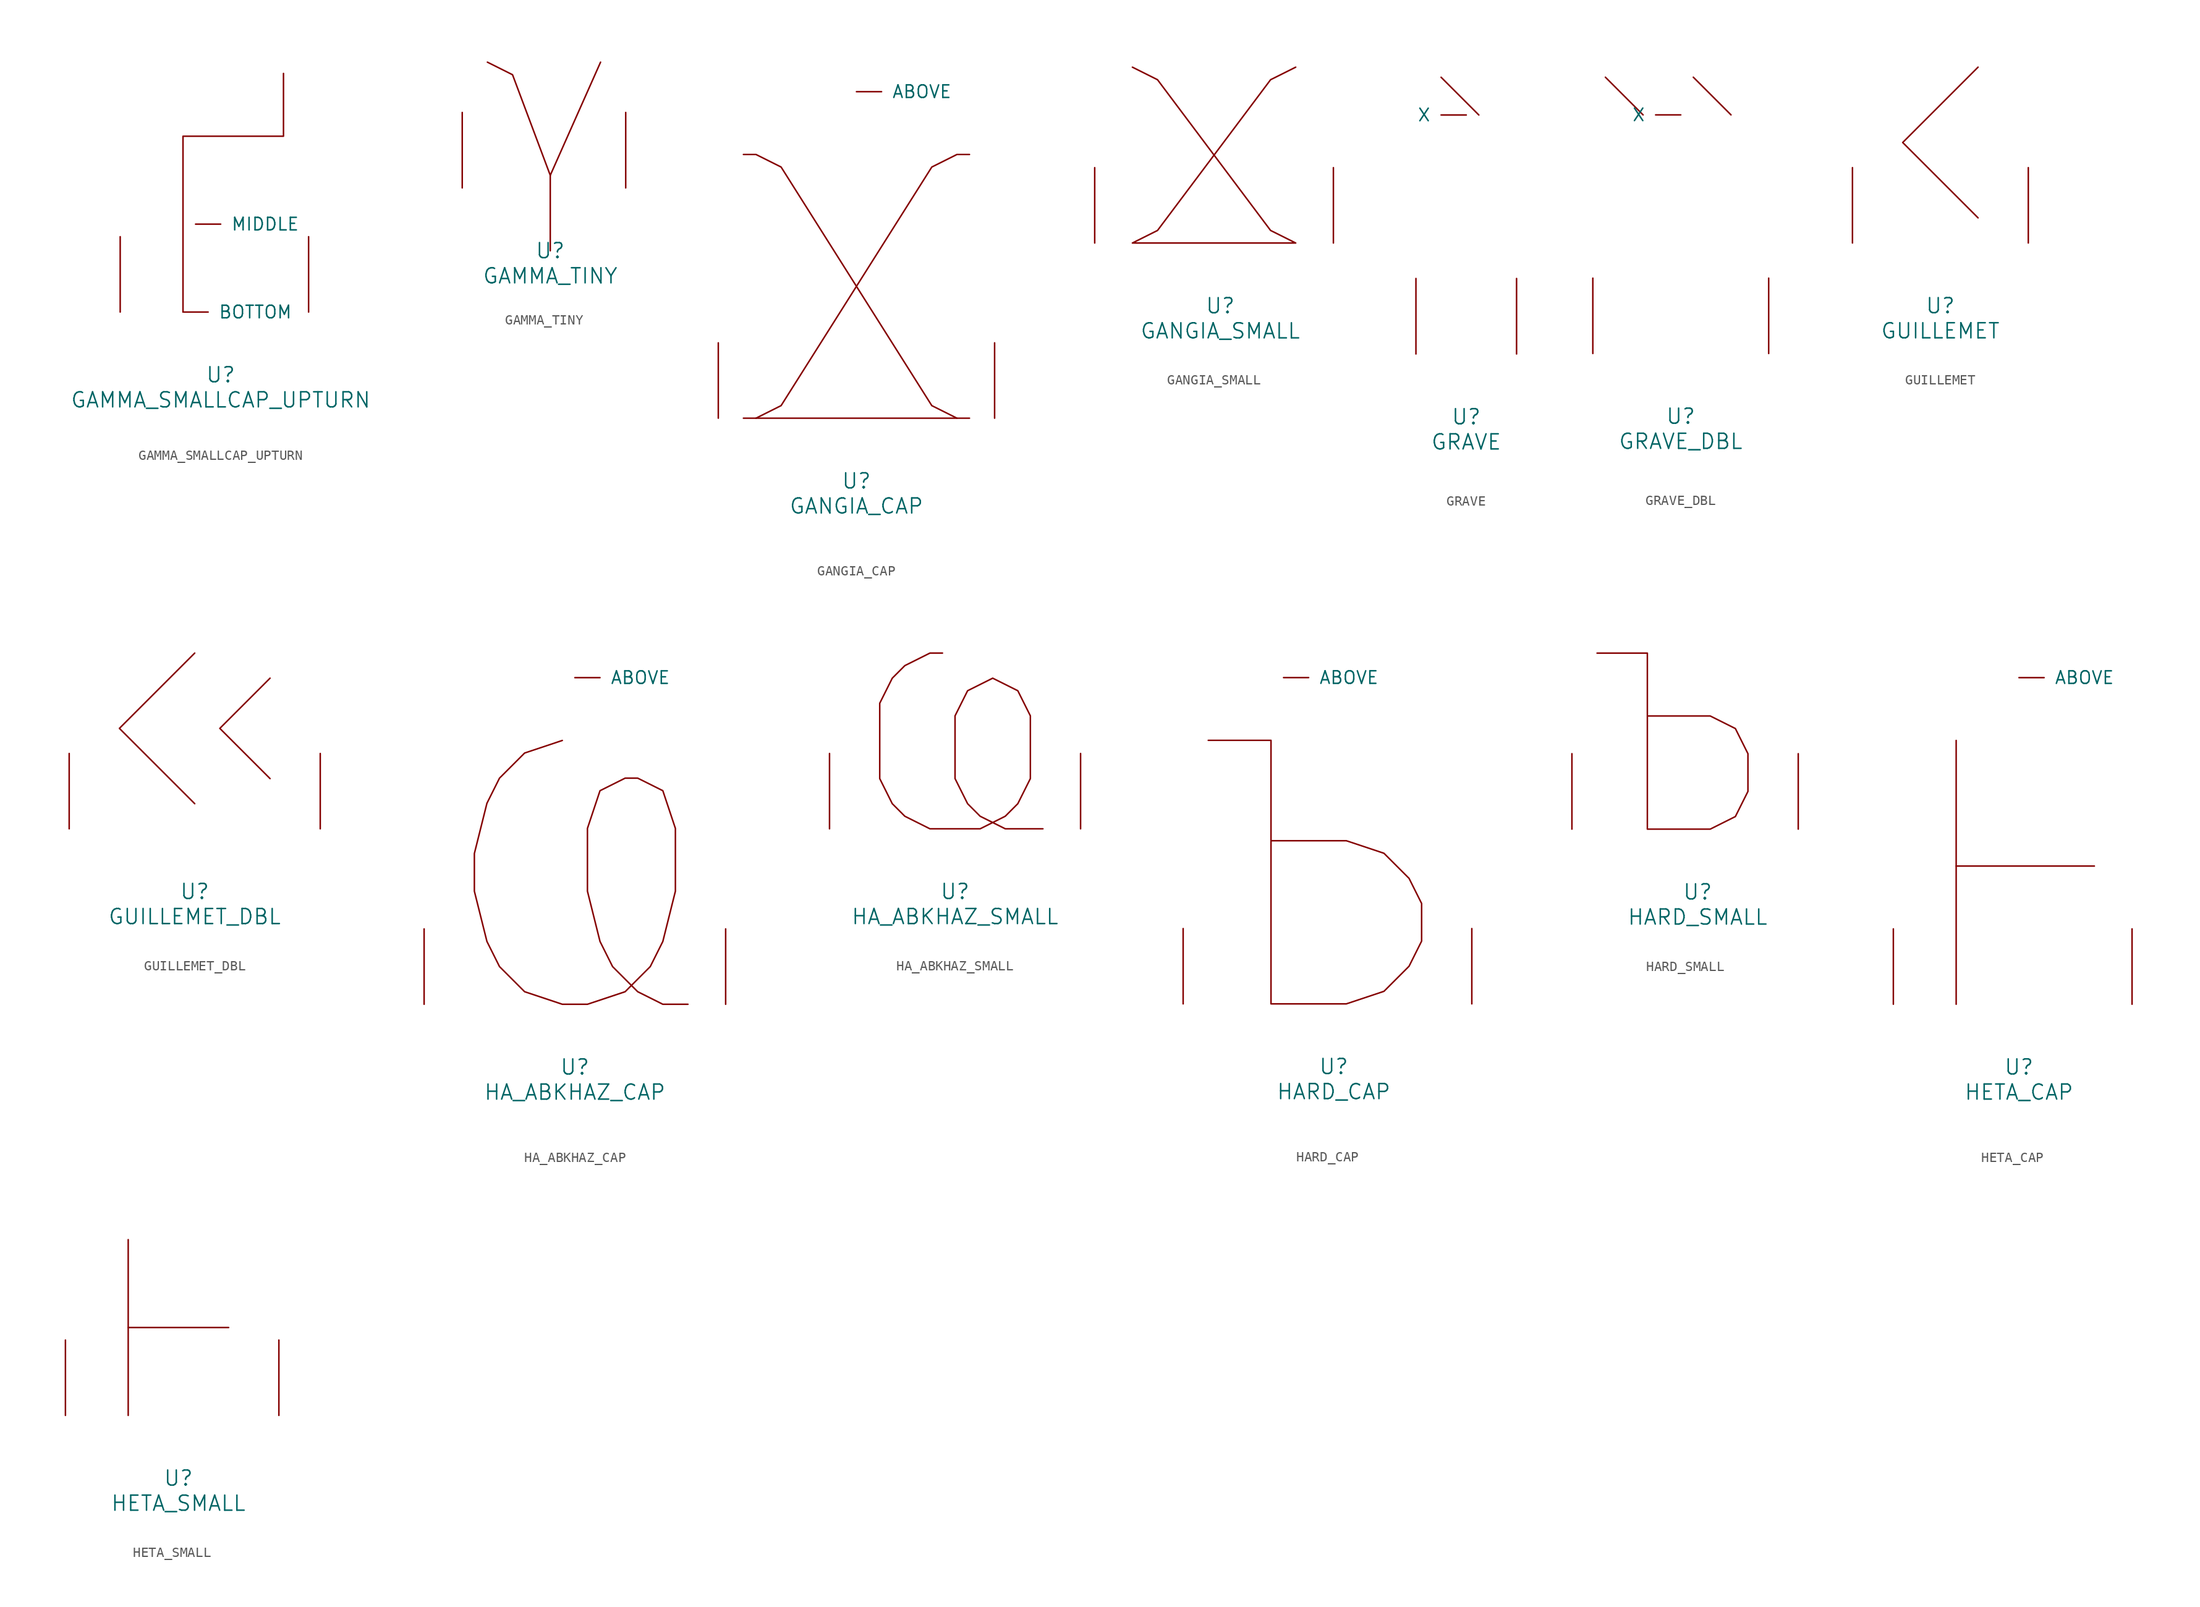
<source format=kicad_sym>
(kicad_symbol_lib
  (version 20220914)
  (generator font_lib2sym)
  (symbol "GAMMA_SMALLCAP_UPTURN"
    (pin_names
      (offset 1.016))
    (property "Reference" "U"
      (at 0 -6.35 0)
      (effects (font (size 1.524 1.524))))
    (property "Value" "GAMMA_SMALLCAP_UPTURN"
      (at 0 -8.89 0)
      (effects (font (size 1.524 1.524))))
    (symbol "GAMMA_SMALLCAP_UPTURN_0_1"
      (polyline (pts (xy -3.81 0) (xy -3.81 17.78) (xy 6.35 17.78) (xy 6.35 24.13)) (stroke (width 0) (type solid)) (fill (type none)))
      (pin input line (at -3.81 0 0) (length 2.54) (name "BOTTOM" (effects (font (size 1.27 1.27)))) (number "~" (effects (font (size 1.27 1.27)))))
      (pin input line (at -2.54 8.89 0) (length 2.54) (name "MIDDLE" (effects (font (size 1.27 1.27)))) (number "~" (effects (font (size 1.27 1.27)))))
      (pin input line (at -10.16 0 90) (length 7.62) (name "~" (effects (font (size 1.27 1.27)))) (number "~" (effects (font (size 1.27 1.27)))))
      (pin input line (at 8.89 0 90) (length 7.62) (name "~" (effects (font (size 1.27 1.27)))) (number "~" (effects (font (size 1.27 1.27)))))))
  (symbol "GAMMA_TINY"
    (pin_names
      (offset 1.016))
    (property "Reference" "U"
      (at 0 -6.35 0)
      (effects (font (size 1.524 1.524))))
    (property "Value" "GAMMA_TINY"
      (at 0 -8.89 0)
      (effects (font (size 1.524 1.524))))
    (symbol "GAMMA_TINY_0_1"
      (polyline (pts (xy 0 1.27) (xy 0 -6.35)) (stroke (width 0) (type solid)) (fill (type none)))
      (polyline (pts (xy -6.35 12.7) (xy -3.81 11.43) (xy 0 1.27) (xy 5.08 12.7)) (stroke (width 0) (type solid)) (fill (type none)))
      (pin input line (at -8.89 0 90) (length 7.62) (name "~" (effects (font (size 1.27 1.27)))) (number "~" (effects (font (size 1.27 1.27)))))
      (pin input line (at 7.62 0 90) (length 7.62) (name "~" (effects (font (size 1.27 1.27)))) (number "~" (effects (font (size 1.27 1.27)))))))
  (symbol "GANGIA_CAP"
    (pin_names
      (offset 1.016))
    (property "Reference" "U"
      (at 0 -6.35 0)
      (effects (font (size 1.524 1.524))))
    (property "Value" "GANGIA_CAP"
      (at 0 -8.89 0)
      (effects (font (size 1.524 1.524))))
    (symbol "GANGIA_CAP_0_1"
      (polyline (pts (xy -11.43 0) (xy 11.43 0)) (stroke (width 0) (type solid)) (fill (type none)))
      (polyline (pts (xy -11.43 26.67) (xy -10.16 26.67) (xy -7.62 25.4) (xy 7.62 1.27) (xy 10.16 0)) (stroke (width 0) (type solid)) (fill (type none)))
      (polyline (pts (xy 11.43 26.67) (xy 10.16 26.67) (xy 7.62 25.4) (xy -7.62 1.27) (xy -10.16 0)) (stroke (width 0) (type solid)) (fill (type none)))
      (pin input line (at 0 33.02 0) (length 2.54) (name "ABOVE" (effects (font (size 1.27 1.27)))) (number "~" (effects (font (size 1.27 1.27)))))
      (pin input line (at -13.97 0 90) (length 7.62) (name "~" (effects (font (size 1.27 1.27)))) (number "~" (effects (font (size 1.27 1.27)))))
      (pin input line (at 13.97 0 90) (length 7.62) (name "~" (effects (font (size 1.27 1.27)))) (number "~" (effects (font (size 1.27 1.27)))))))
  (symbol "GANGIA_SMALL"
    (pin_names
      (offset 1.016))
    (property "Reference" "U"
      (at 0 -6.35 0)
      (effects (font (size 1.524 1.524))))
    (property "Value" "GANGIA_SMALL"
      (at 0 -8.89 0)
      (effects (font (size 1.524 1.524))))
    (symbol "GANGIA_SMALL_0_1"
      (polyline (pts (xy -8.89 17.78) (xy -6.35 16.51) (xy 5.08 1.27) (xy 7.62 0) (xy -8.89 0) (xy -6.35 1.27) (xy 5.08 16.51) (xy 7.62 17.78)) (stroke (width 0) (type solid)) (fill (type none)))
      (pin input line (at -12.7 0 90) (length 7.62) (name "~" (effects (font (size 1.27 1.27)))) (number "~" (effects (font (size 1.27 1.27)))))
      (pin input line (at 11.43 0 90) (length 7.62) (name "~" (effects (font (size 1.27 1.27)))) (number "~" (effects (font (size 1.27 1.27)))))))
  (symbol "GRAVE"
    (pin_names
      (offset 1.016))
    (property "Reference" "U"
      (at 0 -6.35 0)
      (effects (font (size 1.524 1.524))))
    (property "Value" "GRAVE"
      (at 0 -8.89 0)
      (effects (font (size 1.524 1.524))))
    (symbol "GRAVE_0_1"
      (polyline (pts (xy -2.54 27.94) (xy 1.27 24.13)) (stroke (width 0) (type solid)) (fill (type none)))
      (pin input line (at 0 24.13 180) (length 2.54) (name "X" (effects (font (size 1.27 1.27)))) (number "~" (effects (font (size 1.27 1.27)))))
      (pin input line (at -5.08 0 90) (length 7.62) (name "~" (effects (font (size 1.27 1.27)))) (number "~" (effects (font (size 1.27 1.27)))))
      (pin input line (at 5.08 0 90) (length 7.62) (name "~" (effects (font (size 1.27 1.27)))) (number "~" (effects (font (size 1.27 1.27)))))))
  (symbol "GRAVE_DBL"
    (pin_names
      (offset 1.016))
    (property "Reference" "U"
      (at 0 -6.35 0)
      (effects (font (size 1.524 1.524))))
    (property "Value" "GRAVE_DBL"
      (at 0 -8.89 0)
      (effects (font (size 1.524 1.524))))
    (symbol "GRAVE_DBL_0_1"
      (polyline (pts (xy -3.81 24.13) (xy -7.62 27.94)) (stroke (width 0) (type solid)) (fill (type none)))
      (polyline (pts (xy 5.08 24.13) (xy 1.27 27.94)) (stroke (width 0) (type solid)) (fill (type none)))
      (pin input line (at 0 24.13 180) (length 2.54) (name "X" (effects (font (size 1.27 1.27)))) (number "~" (effects (font (size 1.27 1.27)))))
      (pin input line (at -8.89 0 90) (length 7.62) (name "~" (effects (font (size 1.27 1.27)))) (number "~" (effects (font (size 1.27 1.27)))))
      (pin input line (at 8.89 0 90) (length 7.62) (name "~" (effects (font (size 1.27 1.27)))) (number "~" (effects (font (size 1.27 1.27)))))))
  (symbol "GUILLEMET"
    (pin_names
      (offset 1.016))
    (property "Reference" "U"
      (at 0 -6.35 0)
      (effects (font (size 1.524 1.524))))
    (property "Value" "GUILLEMET"
      (at 0 -8.89 0)
      (effects (font (size 1.524 1.524))))
    (symbol "GUILLEMET_0_1"
      (polyline (pts (xy 3.81 17.78) (xy -3.81 10.16) (xy 3.81 2.54)) (stroke (width 0) (type solid)) (fill (type none)))
      (pin input line (at -8.89 0 90) (length 7.62) (name "~" (effects (font (size 1.27 1.27)))) (number "~" (effects (font (size 1.27 1.27)))))
      (pin input line (at 8.89 0 90) (length 7.62) (name "~" (effects (font (size 1.27 1.27)))) (number "~" (effects (font (size 1.27 1.27)))))))
  (symbol "GUILLEMET_DBL"
    (pin_names
      (offset 1.016))
    (property "Reference" "U"
      (at 0 -6.35 0)
      (effects (font (size 1.524 1.524))))
    (property "Value" "GUILLEMET_DBL"
      (at 0 -8.89 0)
      (effects (font (size 1.524 1.524))))
    (symbol "GUILLEMET_DBL_0_1"
      (polyline (pts (xy 0 17.78) (xy -7.62 10.16) (xy 0 2.54)) (stroke (width 0) (type solid)) (fill (type none)))
      (polyline (pts (xy 7.62 5.08) (xy 2.54 10.16) (xy 7.62 15.24)) (stroke (width 0) (type solid)) (fill (type none)))
      (pin input line (at -12.7 0 90) (length 7.62) (name "~" (effects (font (size 1.27 1.27)))) (number "~" (effects (font (size 1.27 1.27)))))
      (pin input line (at 12.7 0 90) (length 7.62) (name "~" (effects (font (size 1.27 1.27)))) (number "~" (effects (font (size 1.27 1.27)))))))
  (symbol "HA_ABKHAZ_CAP"
    (pin_names
      (offset 1.016))
    (property "Reference" "U"
      (at 0 -6.35 0)
      (effects (font (size 1.524 1.524))))
    (property "Value" "HA_ABKHAZ_CAP"
      (at 0 -8.89 0)
      (effects (font (size 1.524 1.524))))
    (symbol "HA_ABKHAZ_CAP_0_1"
      (polyline (pts (xy -1.27 26.67) (xy -5.08 25.4) (xy -7.62 22.86) (xy -8.89 20.32) (xy -10.16 15.24) (xy -10.16 11.43) (xy -8.89 6.35) (xy -7.62 3.81) (xy -5.08 1.27) (xy -1.27 0) (xy 1.27 0) (xy 5.08 1.27) (xy 7.62 3.81) (xy 8.89 6.35) (xy 10.16 11.43) (xy 10.16 17.78) (xy 8.89 21.59) (xy 6.35 22.86) (xy 5.08 22.86) (xy 2.54 21.59) (xy 1.27 17.78) (xy 1.27 11.43) (xy 2.54 6.35) (xy 3.81 3.81) (xy 6.35 1.27) (xy 8.89 0) (xy 11.43 0)) (stroke (width 0) (type solid)) (fill (type none)))
      (pin input line (at 0 33.02 0) (length 2.54) (name "ABOVE" (effects (font (size 1.27 1.27)))) (number "~" (effects (font (size 1.27 1.27)))))
      (pin input line (at -15.24 0 90) (length 7.62) (name "~" (effects (font (size 1.27 1.27)))) (number "~" (effects (font (size 1.27 1.27)))))
      (pin input line (at 15.24 0 90) (length 7.62) (name "~" (effects (font (size 1.27 1.27)))) (number "~" (effects (font (size 1.27 1.27)))))))
  (symbol "HA_ABKHAZ_SMALL"
    (pin_names
      (offset 1.016))
    (property "Reference" "U"
      (at 0 -6.35 0)
      (effects (font (size 1.524 1.524))))
    (property "Value" "HA_ABKHAZ_SMALL"
      (at 0 -8.89 0)
      (effects (font (size 1.524 1.524))))
    (symbol "HA_ABKHAZ_SMALL_0_1"
      (polyline (pts (xy -1.27 17.78) (xy -2.54 17.78) (xy -5.08 16.51) (xy -6.35 15.24) (xy -7.62 12.7) (xy -7.62 5.08) (xy -6.35 2.54) (xy -5.08 1.27) (xy -2.54 0) (xy 2.54 0) (xy 5.08 1.27) (xy 6.35 2.54) (xy 7.62 5.08) (xy 7.62 11.43) (xy 6.35 13.97) (xy 3.81 15.24) (xy 1.27 13.97) (xy 0 11.43) (xy 0 5.08) (xy 1.27 2.54) (xy 2.54 1.27) (xy 5.08 0) (xy 8.89 0)) (stroke (width 0) (type solid)) (fill (type none)))
      (pin input line (at -12.7 0 90) (length 7.62) (name "~" (effects (font (size 1.27 1.27)))) (number "~" (effects (font (size 1.27 1.27)))))
      (pin input line (at 12.7 0 90) (length 7.62) (name "~" (effects (font (size 1.27 1.27)))) (number "~" (effects (font (size 1.27 1.27)))))))
  (symbol "HARD_CAP"
    (pin_names
      (offset 1.016))
    (property "Reference" "U"
      (at 0 -6.35 0)
      (effects (font (size 1.524 1.524))))
    (property "Value" "HARD_CAP"
      (at 0 -8.89 0)
      (effects (font (size 1.524 1.524))))
    (symbol "HARD_CAP_0_1"
      (polyline (pts (xy -12.7 26.67) (xy -6.35 26.67) (xy -6.35 0) (xy 1.27 0) (xy 5.08 1.27) (xy 7.62 3.81) (xy 8.89 6.35) (xy 8.89 10.16) (xy 7.62 12.7) (xy 5.08 15.24) (xy 1.27 16.51) (xy -6.35 16.51)) (stroke (width 0) (type solid)) (fill (type none)))
      (pin input line (at -5.08 33.02 0) (length 2.54) (name "ABOVE" (effects (font (size 1.27 1.27)))) (number "~" (effects (font (size 1.27 1.27)))))
      (pin input line (at -15.24 0 90) (length 7.62) (name "~" (effects (font (size 1.27 1.27)))) (number "~" (effects (font (size 1.27 1.27)))))
      (pin input line (at 13.97 0 90) (length 7.62) (name "~" (effects (font (size 1.27 1.27)))) (number "~" (effects (font (size 1.27 1.27)))))))
  (symbol "HARD_SMALL"
    (pin_names
      (offset 1.016))
    (property "Reference" "U"
      (at 0 -6.35 0)
      (effects (font (size 1.524 1.524))))
    (property "Value" "HARD_SMALL"
      (at 0 -8.89 0)
      (effects (font (size 1.524 1.524))))
    (symbol "HARD_SMALL_0_1"
      (polyline (pts (xy -10.16 17.78) (xy -5.08 17.78) (xy -5.08 0) (xy 1.27 0) (xy 3.81 1.27) (xy 5.08 3.81) (xy 5.08 7.62) (xy 3.81 10.16) (xy 1.27 11.43) (xy -5.08 11.43)) (stroke (width 0) (type solid)) (fill (type none)))
      (pin input line (at -12.7 0 90) (length 7.62) (name "~" (effects (font (size 1.27 1.27)))) (number "~" (effects (font (size 1.27 1.27)))))
      (pin input line (at 10.16 0 90) (length 7.62) (name "~" (effects (font (size 1.27 1.27)))) (number "~" (effects (font (size 1.27 1.27)))))))
  (symbol "HETA_CAP"
    (pin_names
      (offset 1.016))
    (property "Reference" "U"
      (at 0 -6.35 0)
      (effects (font (size 1.524 1.524))))
    (property "Value" "HETA_CAP"
      (at 0 -8.89 0)
      (effects (font (size 1.524 1.524))))
    (symbol "HETA_CAP_0_1"
      (polyline (pts (xy -6.35 26.67) (xy -6.35 0)) (stroke (width 0) (type solid)) (fill (type none)))
      (polyline (pts (xy 7.62 13.97) (xy -6.35 13.97)) (stroke (width 0) (type solid)) (fill (type none)))
      (pin input line (at 0 33.02 0) (length 2.54) (name "ABOVE" (effects (font (size 1.27 1.27)))) (number "~" (effects (font (size 1.27 1.27)))))
      (pin input line (at -12.7 0 90) (length 7.62) (name "~" (effects (font (size 1.27 1.27)))) (number "~" (effects (font (size 1.27 1.27)))))
      (pin input line (at 11.43 0 90) (length 7.62) (name "~" (effects (font (size 1.27 1.27)))) (number "~" (effects (font (size 1.27 1.27)))))))
  (symbol "HETA_SMALL"
    (pin_names
      (offset 1.016))
    (property "Reference" "U"
      (at 0 -6.35 0)
      (effects (font (size 1.524 1.524))))
    (property "Value" "HETA_SMALL"
      (at 0 -8.89 0)
      (effects (font (size 1.524 1.524))))
    (symbol "HETA_SMALL_0_1"
      (polyline (pts (xy -5.08 8.89) (xy 5.08 8.89)) (stroke (width 0) (type solid)) (fill (type none)))
      (polyline (pts (xy -5.08 17.78) (xy -5.08 0)) (stroke (width 0) (type solid)) (fill (type none)))
      (pin input line (at -11.43 0 90) (length 7.62) (name "~" (effects (font (size 1.27 1.27)))) (number "~" (effects (font (size 1.27 1.27)))))
      (pin input line (at 10.16 0 90) (length 7.62) (name "~" (effects (font (size 1.27 1.27)))) (number "~" (effects (font (size 1.27 1.27))))))))
</source>
